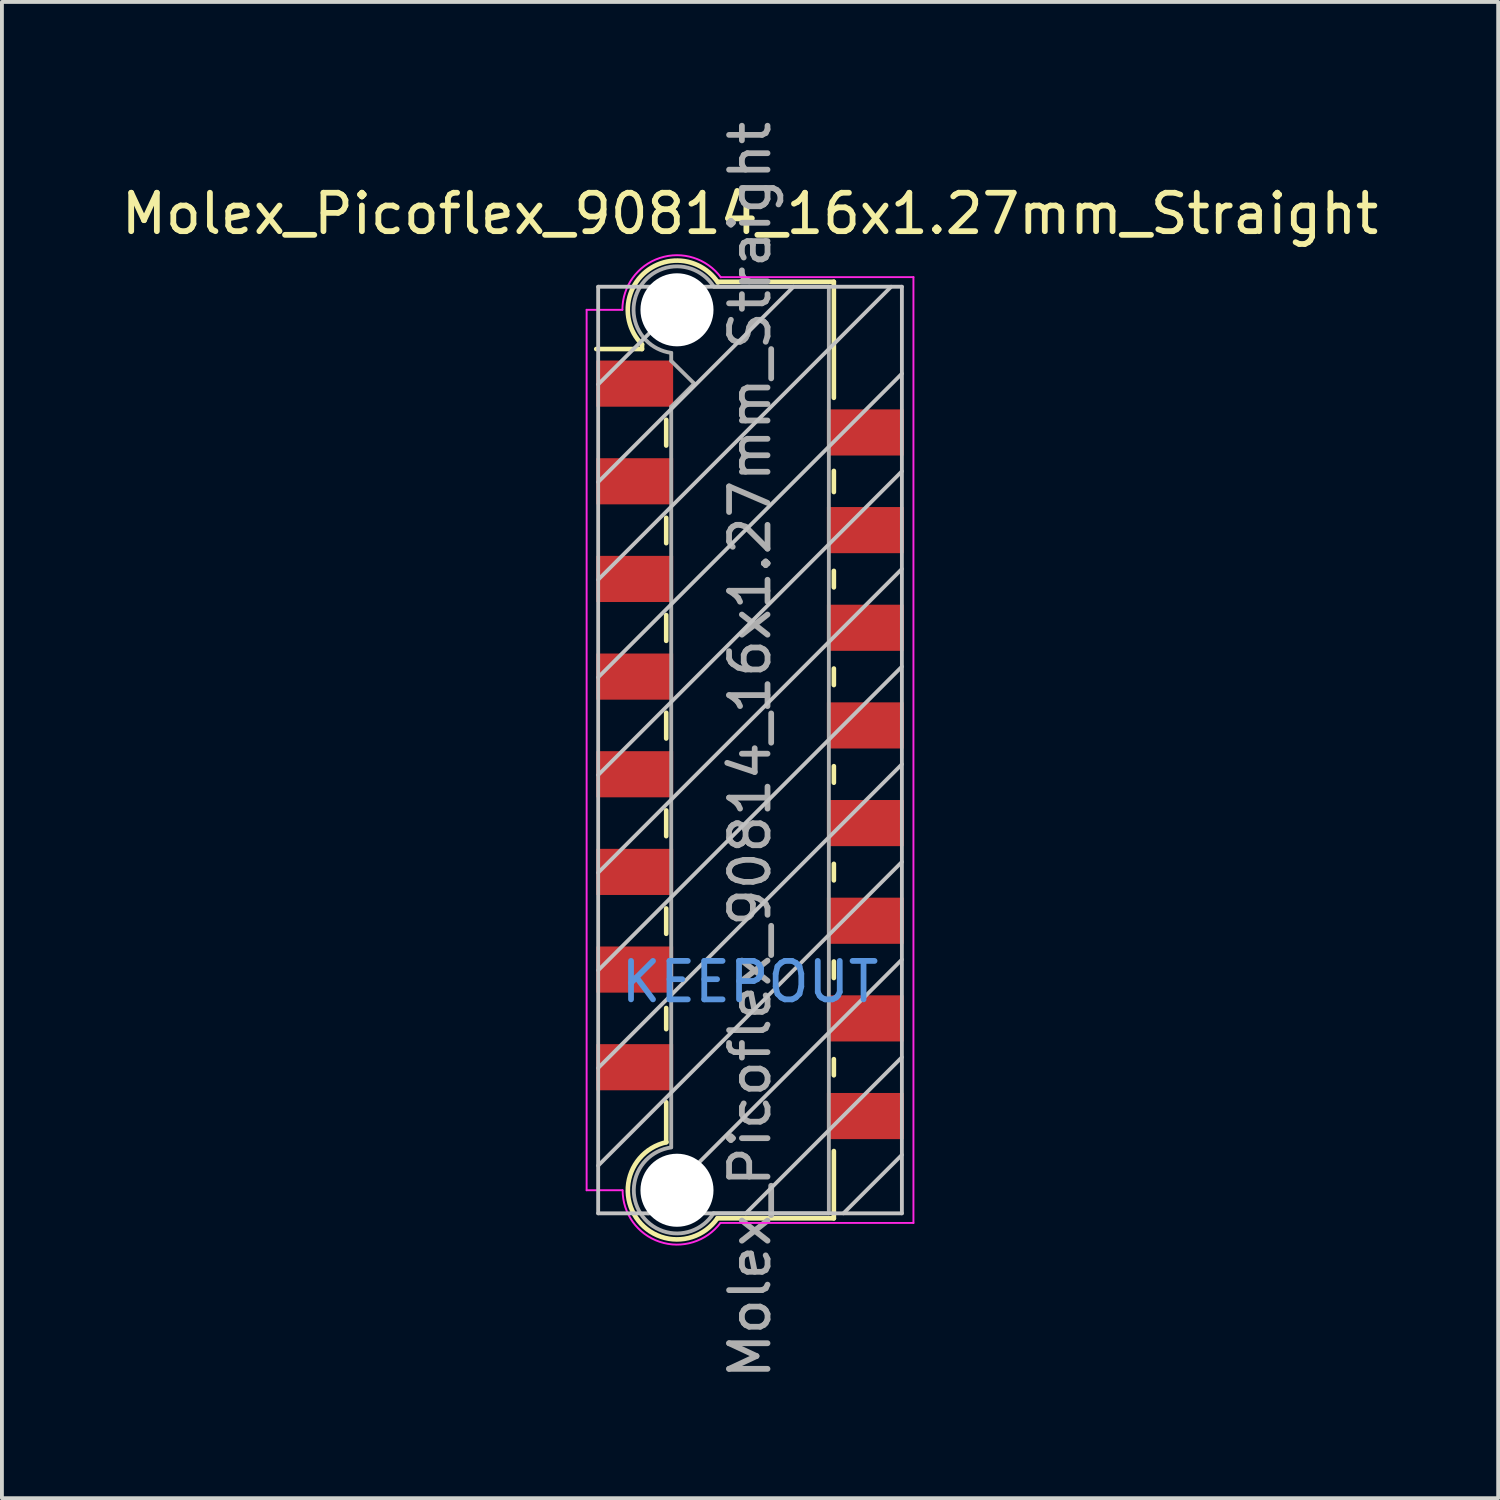
<source format=kicad_pcb>
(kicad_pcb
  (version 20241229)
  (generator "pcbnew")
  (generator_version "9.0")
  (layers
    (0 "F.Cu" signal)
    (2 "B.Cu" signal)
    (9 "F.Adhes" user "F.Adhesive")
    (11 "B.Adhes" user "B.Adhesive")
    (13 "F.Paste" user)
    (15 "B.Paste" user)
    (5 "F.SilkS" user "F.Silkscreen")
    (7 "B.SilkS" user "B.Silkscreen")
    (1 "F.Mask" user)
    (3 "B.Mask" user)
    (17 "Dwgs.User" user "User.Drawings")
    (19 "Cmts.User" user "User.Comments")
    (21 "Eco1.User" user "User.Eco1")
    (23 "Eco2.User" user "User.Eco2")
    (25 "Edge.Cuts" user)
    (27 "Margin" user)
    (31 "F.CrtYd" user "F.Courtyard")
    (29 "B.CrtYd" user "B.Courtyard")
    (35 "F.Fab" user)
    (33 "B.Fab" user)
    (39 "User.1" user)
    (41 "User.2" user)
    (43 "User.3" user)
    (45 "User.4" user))
  (footprint "Molex_Picoflex_90814_16x1.27mm_Straight"
    (layer "F.Cu")
    (at 16.458 16.458)
    (property "Reference" "Molex_Picoflex_90814_16x1.27mm_Straight" (at 0 -13.95 0) (layer "F.SilkS") (effects (font (size 1 1) (thickness 0.15))))
    (attr smd)
    (fp_line (start -2.81 -10.55) (end -2.81 -10.43) (stroke (width 0.12) (type solid)) (layer "F.SilkS"))
    (fp_line (start -2.81 -10.43) (end -4 -10.43) (stroke (width 0.12) (type solid)) (layer "F.SilkS"))
    (fp_line (start -2.18 -7.92) (end -2.18 -8.59) (stroke (width 0.12) (type solid)) (layer "F.SilkS"))
    (fp_line (start -2.18 -5.38) (end -2.18 -6.04) (stroke (width 0.12) (type solid)) (layer "F.SilkS"))
    (fp_line (start -2.18 -2.84) (end -2.18 -3.51) (stroke (width 0.12) (type solid)) (layer "F.SilkS"))
    (fp_line (start -2.18 -0.3) (end -2.18 -0.97) (stroke (width 0.12) (type solid)) (layer "F.SilkS"))
    (fp_line (start -2.18 2.24) (end -2.18 1.57) (stroke (width 0.12) (type solid)) (layer "F.SilkS"))
    (fp_line (start -2.18 4.78) (end -2.18 4.12) (stroke (width 0.12) (type solid)) (layer "F.SilkS"))
    (fp_line (start -2.18 7.26) (end -2.18 6.71) (stroke (width 0.12) (type solid)) (layer "F.SilkS"))
    (fp_line (start -2.18 10.2) (end -2.18 9.16) (stroke (width 0.12) (type solid)) (layer "F.SilkS"))
    (fp_line (start 2.18 -12.18) (end -0.82 -12.18) (stroke (width 0.12) (type solid)) (layer "F.SilkS"))
    (fp_line (start 2.18 -12.18) (end 2.18 -9.16) (stroke (width 0.12) (type solid)) (layer "F.SilkS"))
    (fp_line (start 2.18 -7.26) (end 2.18 -6.71) (stroke (width 0.12) (type solid)) (layer "F.SilkS"))
    (fp_line (start 2.18 -4.66) (end 2.18 -4.23) (stroke (width 0.12) (type solid)) (layer "F.SilkS"))
    (fp_line (start 2.18 -2.12) (end 2.18 -1.69) (stroke (width 0.12) (type solid)) (layer "F.SilkS"))
    (fp_line (start 2.18 0.42) (end 2.18 0.85) (stroke (width 0.12) (type solid)) (layer "F.SilkS"))
    (fp_line (start 2.18 2.96) (end 2.18 3.39) (stroke (width 0.12) (type solid)) (layer "F.SilkS"))
    (fp_line (start 2.18 5.5) (end 2.18 5.93) (stroke (width 0.12) (type solid)) (layer "F.SilkS"))
    (fp_line (start 2.18 8.04) (end 2.18 8.46) (stroke (width 0.12) (type solid)) (layer "F.SilkS"))
    (fp_line (start 2.18 10.43) (end 2.18 12.18) (stroke (width 0.12) (type solid)) (layer "F.SilkS"))
    (fp_line (start 2.18 12.18) (end -0.85 12.18) (stroke (width 0.12) (type solid)) (layer "F.SilkS"))
    (fp_arc (start -2.81 -10.55) (mid -2.708637 -12.442072) (end -0.834991 -12.159828) (stroke (width 0.12) (type solid)) (layer "F.SilkS"))
    (fp_arc (start -0.85 12.18) (mid -2.962791 12.161248) (end -2.174424 10.200964) (stroke (width 0.12) (type solid)) (layer "F.SilkS"))
    (fp_line (start -3.95 -12.05) (end -3.95 12.05) (stroke (width 0.1) (type solid)) (layer "Dwgs.User"))
    (fp_line (start -3.95 -9.51) (end -1.41 -12.05) (stroke (width 0.1) (type solid)) (layer "Dwgs.User"))
    (fp_line (start -3.95 -6.97) (end 1.13 -12.05) (stroke (width 0.1) (type solid)) (layer "Dwgs.User"))
    (fp_line (start -3.95 -4.43) (end 3.67 -12.05) (stroke (width 0.1) (type solid)) (layer "Dwgs.User"))
    (fp_line (start -3.95 -1.89) (end 3.95 -9.79) (stroke (width 0.1) (type solid)) (layer "Dwgs.User"))
    (fp_line (start -3.95 0.65) (end 3.95 -7.25) (stroke (width 0.1) (type solid)) (layer "Dwgs.User"))
    (fp_line (start -3.95 3.19) (end 3.95 -4.71) (stroke (width 0.1) (type solid)) (layer "Dwgs.User"))
    (fp_line (start -3.95 5.73) (end 3.95 -2.17) (stroke (width 0.1) (type solid)) (layer "Dwgs.User"))
    (fp_line (start -3.95 8.27) (end 3.95 0.37) (stroke (width 0.1) (type solid)) (layer "Dwgs.User"))
    (fp_line (start -3.95 10.81) (end 3.95 2.91) (stroke (width 0.1) (type solid)) (layer "Dwgs.User"))
    (fp_line (start -3.95 12.05) (end 3.95 12.05) (stroke (width 0.1) (type solid)) (layer "Dwgs.User"))
    (fp_line (start -2.65 12.05) (end 3.95 5.45) (stroke (width 0.1) (type solid)) (layer "Dwgs.User"))
    (fp_line (start -0.11 12.05) (end 3.95 7.99) (stroke (width 0.1) (type solid)) (layer "Dwgs.User"))
    (fp_line (start 2.43 12.05) (end 3.95 10.53) (stroke (width 0.1) (type solid)) (layer "Dwgs.User"))
    (fp_line (start 3.95 -12.05) (end -3.95 -12.05) (stroke (width 0.1) (type solid)) (layer "Dwgs.User"))
    (fp_line (start 3.95 12.05) (end 3.95 -12.05) (stroke (width 0.1) (type solid)) (layer "Dwgs.User"))
    (fp_line (start -4.25 11.45) (end -4.25 -11.45) (stroke (width 0.05) (type solid)) (layer "F.CrtYd"))
    (fp_line (start -3.32 -11.45) (end -4.25 -11.45) (stroke (width 0.05) (type solid)) (layer "F.CrtYd"))
    (fp_line (start -3.32 11.45) (end -4.25 11.45) (stroke (width 0.05) (type solid)) (layer "F.CrtYd"))
    (fp_line (start 4.25 -12.3) (end -0.76 -12.3) (stroke (width 0.05) (type solid)) (layer "F.CrtYd"))
    (fp_line (start 4.25 -12.3) (end 4.25 12.3) (stroke (width 0.05) (type solid)) (layer "F.CrtYd"))
    (fp_line (start 4.25 12.3) (end -0.77 12.3) (stroke (width 0.05) (type solid)) (layer "F.CrtYd"))
    (fp_arc (start -3.32 -11.45) (mid -2.344692 -12.798573) (end -0.758523 -12.294648) (stroke (width 0.05) (type solid)) (layer "F.CrtYd"))
    (fp_arc (start -0.77 12.3) (mid -2.348691 12.790924) (end -3.314001 11.448743) (stroke (width 0.05) (type solid)) (layer "F.CrtYd"))
    (fp_line (start -2.05 -10.12) (end -2.05 -10.33) (stroke (width 0.1) (type solid)) (layer "F.Fab"))
    (fp_line (start -2.05 -8.93) (end -1.45 -9.53) (stroke (width 0.1) (type solid)) (layer "F.Fab"))
    (fp_line (start -2.05 10.33) (end -2.05 -8.93) (stroke (width 0.1) (type solid)) (layer "F.Fab"))
    (fp_line (start -1.45 -9.53) (end -2.05 -10.12) (stroke (width 0.1) (type solid)) (layer "F.Fab"))
    (fp_line (start 2.05 -12.05) (end -0.93 -12.05) (stroke (width 0.1) (type solid)) (layer "F.Fab"))
    (fp_line (start 2.05 -12.05) (end 2.05 12.05) (stroke (width 0.1) (type solid)) (layer "F.Fab"))
    (fp_line (start 2.05 12.05) (end -0.95 12.05) (stroke (width 0.1) (type solid)) (layer "F.Fab"))
    (fp_arc (start -2.05 -10.33) (mid -2.851672 -12.059279) (end -0.945612 -12.055015) (stroke (width 0.1) (type solid)) (layer "F.Fab"))
    (fp_arc (start -0.95 12.05) (mid -2.845272 12.057422) (end -2.051022 10.336585) (stroke (width 0.1) (type solid)) (layer "F.Fab"))
    (fp_text user "KEEPOUT" (at 0 6.03 0) (layer "Cmts.User") (effects (font (size 1 1) (thickness 0.15))))
    (fp_text user "${REFERENCE}" (at 0 0 90) (layer "F.Fab") (effects (font (size 1 1) (thickness 0.15))))
    (pad "" np_thru_hole circle (at -1.9 -11.45) (size 1.9 1.9) (drill 1.9) (layers "*.Cu"))
    (pad "" np_thru_hole circle (at -1.9 11.45) (size 1.9 1.9) (drill 1.9) (layers "*.Cu"))
    (pad "1" smd rect (at -3 -9.53) (size 2 1.2) (layers "F.Cu" "F.Mask" "F.Paste"))
    (pad "2" smd rect (at 3 -8.26) (size 2 1.2) (layers "F.Cu" "F.Mask" "F.Paste"))
    (pad "3" smd rect (at -3 -6.99) (size 2 1.2) (layers "F.Cu" "F.Mask" "F.Paste"))
    (pad "4" smd rect (at 3 -5.72) (size 2 1.2) (layers "F.Cu" "F.Mask" "F.Paste"))
    (pad "5" smd rect (at -3 -4.45) (size 2 1.2) (layers "F.Cu" "F.Mask" "F.Paste"))
    (pad "6" smd rect (at 3 -3.18) (size 2 1.2) (layers "F.Cu" "F.Mask" "F.Paste"))
    (pad "7" smd rect (at -3 -1.91) (size 2 1.2) (layers "F.Cu" "F.Mask" "F.Paste"))
    (pad "8" smd rect (at 3 -0.64) (size 2 1.2) (layers "F.Cu" "F.Mask" "F.Paste"))
    (pad "9" smd rect (at -3 0.63) (size 2 1.2) (layers "F.Cu" "F.Mask" "F.Paste"))
    (pad "10" smd rect (at 3 1.9) (size 2 1.2) (layers "F.Cu" "F.Mask" "F.Paste"))
    (pad "11" smd rect (at -3 3.17) (size 2 1.2) (layers "F.Cu" "F.Mask" "F.Paste"))
    (pad "12" smd rect (at 3 4.44) (size 2 1.2) (layers "F.Cu" "F.Mask" "F.Paste"))
    (pad "13" smd rect (at -3 5.71) (size 2 1.2) (layers "F.Cu" "F.Mask" "F.Paste"))
    (pad "14" smd rect (at 3 6.98) (size 2 1.2) (layers "F.Cu" "F.Mask" "F.Paste"))
    (pad "15" smd rect (at -3 8.25) (size 2 1.2) (layers "F.Cu" "F.Mask" "F.Paste"))
    (pad "16" smd rect (at 3 9.52) (size 2 1.2) (layers "F.Cu" "F.Mask" "F.Paste")))
  (gr_rect
    (start -3 -3)
    (end 35.917 35.917)
    (stroke (width 0.1) (type default))
    (fill no)
    (layer "Edge.Cuts")))
</source>
